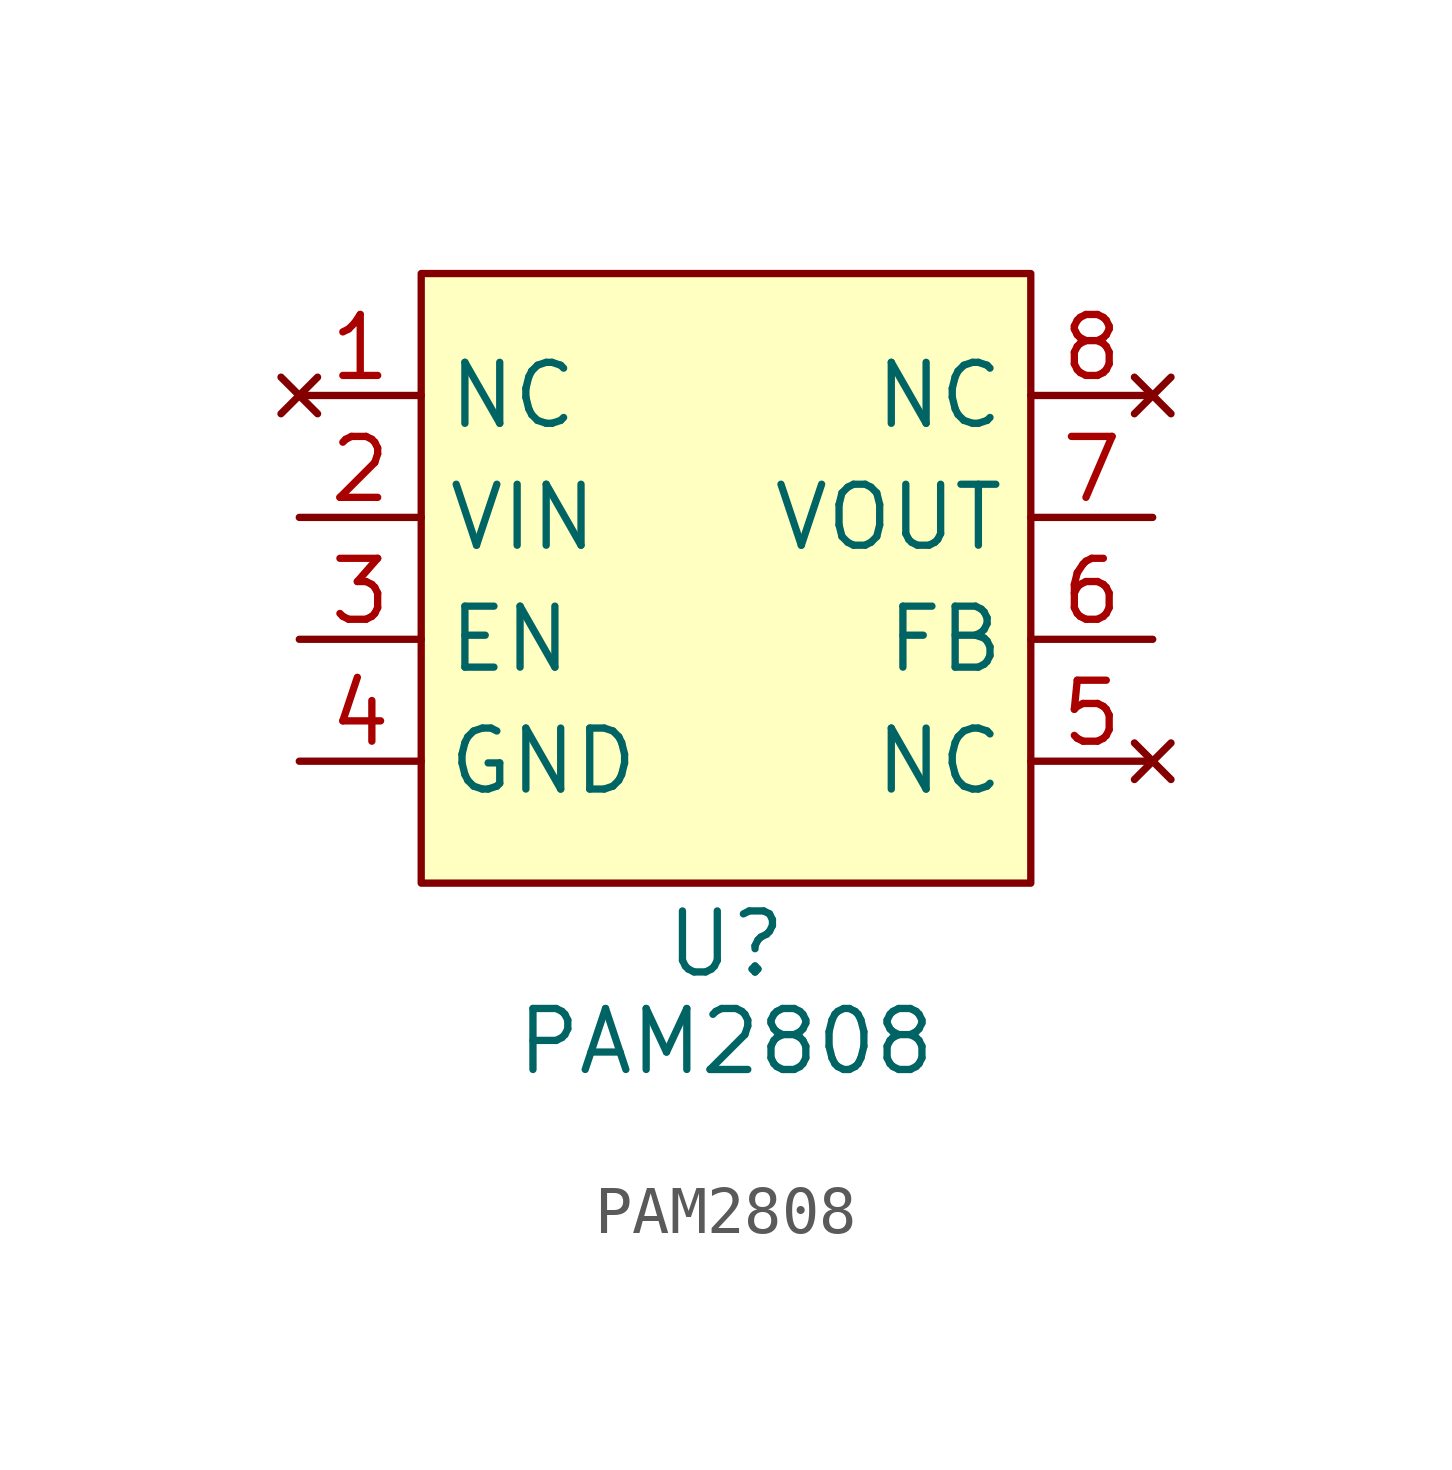
<source format=kicad_sym>
(kicad_symbol_lib
  (version 20231120)
  (generator "kicad_symbol_editor")
  (generator_version "8.0")
  (symbol "PAM2808"
    (property "Reference" "U"
      (at 0 -7.62 0)
      (effects (font (size 1.27 1.27))))
    (property "Value" "PAM2808"
      (at 0 -9.652 0)
      (effects (font (size 1.27 1.27))))
    (symbol "PAM2808_1_1"
      (rectangle (start -6.35 6.35) (end 6.35 -6.35) (stroke (width 0) (type default)) (fill (type background)))
      (pin no_connect line (at -8.89 3.81 0) (length 2.54) (name "NC" (effects (font (size 1.27 1.27)))) (number "1" (effects (font (size 1.27 1.27)))))
      (pin power_in line (at -8.89 1.27 0) (length 2.54) (name "VIN" (effects (font (size 1.27 1.27)))) (number "2" (effects (font (size 1.27 1.27)))))
      (pin input line (at -8.89 -1.27 0) (length 2.54) (name "EN" (effects (font (size 1.27 1.27)))) (number "3" (effects (font (size 1.27 1.27)))))
      (pin power_in line (at -8.89 -3.81 0) (length 2.54) (name "GND" (effects (font (size 1.27 1.27)))) (number "4" (effects (font (size 1.27 1.27)))))
      (pin no_connect line (at 8.89 -3.81 180) (length 2.54) (name "NC" (effects (font (size 1.27 1.27)))) (number "5" (effects (font (size 1.27 1.27)))))
      (pin input line (at 8.89 -1.27 180) (length 2.54) (name "FB" (effects (font (size 1.27 1.27)))) (number "6" (effects (font (size 1.27 1.27)))))
      (pin power_out line (at 8.89 1.27 180) (length 2.54) (name "VOUT" (effects (font (size 1.27 1.27)))) (number "7" (effects (font (size 1.27 1.27)))))
      (pin no_connect line (at 8.89 3.81 180) (length 2.54) (name "NC" (effects (font (size 1.27 1.27)))) (number "8" (effects (font (size 1.27 1.27))))))))
</source>
